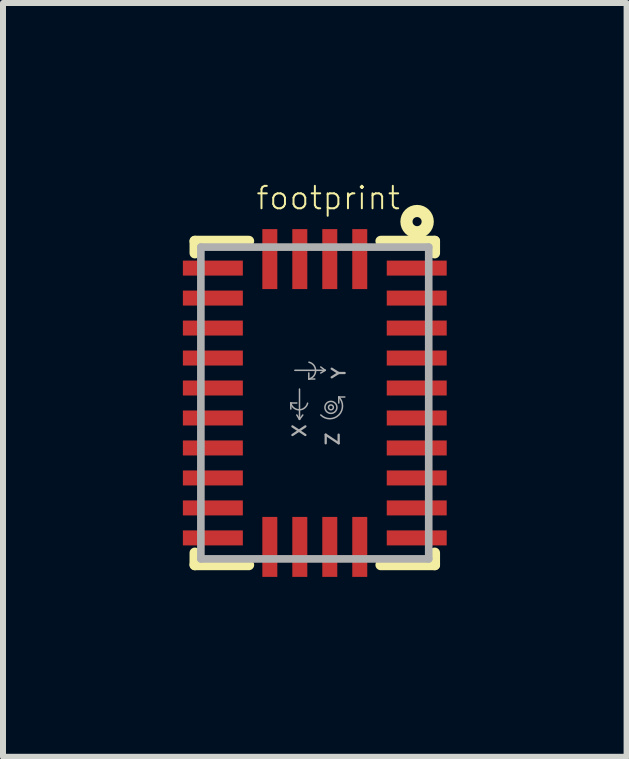
<source format=kicad_pcb>
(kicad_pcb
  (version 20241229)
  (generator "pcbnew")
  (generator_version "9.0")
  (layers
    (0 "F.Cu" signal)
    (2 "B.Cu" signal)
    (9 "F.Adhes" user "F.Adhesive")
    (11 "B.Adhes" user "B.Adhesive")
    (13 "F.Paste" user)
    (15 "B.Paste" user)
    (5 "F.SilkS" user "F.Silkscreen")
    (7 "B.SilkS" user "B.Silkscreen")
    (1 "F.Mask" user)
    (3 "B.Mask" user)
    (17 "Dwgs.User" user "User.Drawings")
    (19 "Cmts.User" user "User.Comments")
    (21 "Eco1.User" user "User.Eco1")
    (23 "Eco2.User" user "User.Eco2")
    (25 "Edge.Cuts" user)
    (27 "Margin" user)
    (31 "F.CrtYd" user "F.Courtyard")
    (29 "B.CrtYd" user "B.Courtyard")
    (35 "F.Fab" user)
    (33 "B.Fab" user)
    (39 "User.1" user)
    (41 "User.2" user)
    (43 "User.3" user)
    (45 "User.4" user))
  (footprint "footprint"
    (layer "F.Cu")
    (at 2.2 3.671)
    (property "Reference" "footprint" (at -1 -3.2 0) (layer "F.SilkS") (effects (font (size 0.374 0.374) (thickness 0.033)) (justify left bottom)))
    (fp_line (start -2 -2.5) (end -2 -2.7) (stroke (width 0.178) (type solid)) (layer "F.SilkS"))
    (fp_line (start -2 2.5) (end -2 2.7) (stroke (width 0.178) (type solid)) (layer "F.SilkS"))
    (fp_line (start -1.1 -2.7) (end -2 -2.7) (stroke (width 0.178) (type solid)) (layer "F.SilkS"))
    (fp_line (start -1.1 2.7) (end -2 2.7) (stroke (width 0.178) (type solid)) (layer "F.SilkS"))
    (fp_line (start 1.1 -2.7) (end 2 -2.7) (stroke (width 0.178) (type solid)) (layer "F.SilkS"))
    (fp_line (start 1.1 2.7) (end 2 2.7) (stroke (width 0.178) (type solid)) (layer "F.SilkS"))
    (fp_line (start 2 -2.5) (end 2 -2.7) (stroke (width 0.178) (type solid)) (layer "F.SilkS"))
    (fp_line (start 2 2.5) (end 2 2.7) (stroke (width 0.178) (type solid)) (layer "F.SilkS"))
    (fp_circle (center 1.706 -3.025) (end 1.782 -3.025) (stroke (width 0.203) (type solid)) (fill no) (layer "F.SilkS"))
    (fp_poly (pts (xy -1.9 -2.125) (xy -1.2 -2.125) (xy -1.2 -2.375) (xy -1.9 -2.375)) (stroke (width 0) (type solid)) (fill yes) (layer "F.Paste"))
    (fp_poly (pts (xy -1.9 -1.625) (xy -1.2 -1.625) (xy -1.2 -1.875) (xy -1.9 -1.875)) (stroke (width 0) (type solid)) (fill yes) (layer "F.Paste"))
    (fp_poly (pts (xy -1.9 -1.125) (xy -1.2 -1.125) (xy -1.2 -1.375) (xy -1.9 -1.375)) (stroke (width 0) (type solid)) (fill yes) (layer "F.Paste"))
    (fp_poly (pts (xy -1.9 -0.625) (xy -1.2 -0.625) (xy -1.2 -0.875) (xy -1.9 -0.875)) (stroke (width 0) (type solid)) (fill yes) (layer "F.Paste"))
    (fp_poly (pts (xy -1.9 -0.125) (xy -1.2 -0.125) (xy -1.2 -0.375) (xy -1.9 -0.375)) (stroke (width 0) (type solid)) (fill yes) (layer "F.Paste"))
    (fp_poly (pts (xy -1.9 0.375) (xy -1.2 0.375) (xy -1.2 0.125) (xy -1.9 0.125)) (stroke (width 0) (type solid)) (fill yes) (layer "F.Paste"))
    (fp_poly (pts (xy -1.9 0.875) (xy -1.2 0.875) (xy -1.2 0.625) (xy -1.9 0.625)) (stroke (width 0) (type solid)) (fill yes) (layer "F.Paste"))
    (fp_poly (pts (xy -1.9 1.375) (xy -1.2 1.375) (xy -1.2 1.125) (xy -1.9 1.125)) (stroke (width 0) (type solid)) (fill yes) (layer "F.Paste"))
    (fp_poly (pts (xy -1.9 1.875) (xy -1.2 1.875) (xy -1.2 1.625) (xy -1.9 1.625)) (stroke (width 0) (type solid)) (fill yes) (layer "F.Paste"))
    (fp_poly (pts (xy -1.9 2.375) (xy -1.2 2.375) (xy -1.2 2.125) (xy -1.9 2.125)) (stroke (width 0) (type solid)) (fill yes) (layer "F.Paste"))
    (fp_poly (pts (xy -0.875 -2.6) (xy -0.875 -1.9) (xy -0.625 -1.9) (xy -0.625 -2.6)) (stroke (width 0) (type solid)) (fill yes) (layer "F.Paste"))
    (fp_poly (pts (xy -0.625 2.6) (xy -0.625 1.9) (xy -0.875 1.9) (xy -0.875 2.6)) (stroke (width 0) (type solid)) (fill yes) (layer "F.Paste"))
    (fp_poly (pts (xy -0.375 -2.6) (xy -0.375 -1.9) (xy -0.125 -1.9) (xy -0.125 -2.6)) (stroke (width 0) (type solid)) (fill yes) (layer "F.Paste"))
    (fp_poly (pts (xy -0.125 2.6) (xy -0.125 1.9) (xy -0.375 1.9) (xy -0.375 2.6)) (stroke (width 0) (type solid)) (fill yes) (layer "F.Paste"))
    (fp_poly (pts (xy 0.125 -2.6) (xy 0.125 -1.9) (xy 0.375 -1.9) (xy 0.375 -2.6)) (stroke (width 0) (type solid)) (fill yes) (layer "F.Paste"))
    (fp_poly (pts (xy 0.375 2.6) (xy 0.375 1.9) (xy 0.125 1.9) (xy 0.125 2.6)) (stroke (width 0) (type solid)) (fill yes) (layer "F.Paste"))
    (fp_poly (pts (xy 0.625 -2.6) (xy 0.625 -1.9) (xy 0.875 -1.9) (xy 0.875 -2.6)) (stroke (width 0) (type solid)) (fill yes) (layer "F.Paste"))
    (fp_poly (pts (xy 0.875 2.6) (xy 0.875 1.9) (xy 0.625 1.9) (xy 0.625 2.6)) (stroke (width 0) (type solid)) (fill yes) (layer "F.Paste"))
    (fp_poly (pts (xy 1.9 -2.375) (xy 1.2 -2.375) (xy 1.2 -2.125) (xy 1.9 -2.125)) (stroke (width 0) (type solid)) (fill yes) (layer "F.Paste"))
    (fp_poly (pts (xy 1.9 -1.875) (xy 1.2 -1.875) (xy 1.2 -1.625) (xy 1.9 -1.625)) (stroke (width 0) (type solid)) (fill yes) (layer "F.Paste"))
    (fp_poly (pts (xy 1.9 -1.375) (xy 1.2 -1.375) (xy 1.2 -1.125) (xy 1.9 -1.125)) (stroke (width 0) (type solid)) (fill yes) (layer "F.Paste"))
    (fp_poly (pts (xy 1.9 -0.875) (xy 1.2 -0.875) (xy 1.2 -0.625) (xy 1.9 -0.625)) (stroke (width 0) (type solid)) (fill yes) (layer "F.Paste"))
    (fp_poly (pts (xy 1.9 -0.375) (xy 1.2 -0.375) (xy 1.2 -0.125) (xy 1.9 -0.125)) (stroke (width 0) (type solid)) (fill yes) (layer "F.Paste"))
    (fp_poly (pts (xy 1.9 0.125) (xy 1.2 0.125) (xy 1.2 0.375) (xy 1.9 0.375)) (stroke (width 0) (type solid)) (fill yes) (layer "F.Paste"))
    (fp_poly (pts (xy 1.9 0.625) (xy 1.2 0.625) (xy 1.2 0.875) (xy 1.9 0.875)) (stroke (width 0) (type solid)) (fill yes) (layer "F.Paste"))
    (fp_poly (pts (xy 1.9 1.125) (xy 1.2 1.125) (xy 1.2 1.375) (xy 1.9 1.375)) (stroke (width 0) (type solid)) (fill yes) (layer "F.Paste"))
    (fp_poly (pts (xy 1.9 1.625) (xy 1.2 1.625) (xy 1.2 1.875) (xy 1.9 1.875)) (stroke (width 0) (type solid)) (fill yes) (layer "F.Paste"))
    (fp_poly (pts (xy 1.9 2.125) (xy 1.2 2.125) (xy 1.2 2.375) (xy 1.9 2.375)) (stroke (width 0) (type solid)) (fill yes) (layer "F.Paste"))
    (fp_line (start -1.9 -2.6) (end 1.9 -2.6) (stroke (width 0.127) (type solid)) (layer "F.Fab"))
    (fp_line (start -1.9 2.6) (end -1.9 -2.6) (stroke (width 0.127) (type solid)) (layer "F.Fab"))
    (fp_line (start -0.4 0) (end -0.3 0) (stroke (width 0.025) (type solid)) (layer "F.Fab"))
    (fp_line (start -0.4 0.1) (end -0.4 0) (stroke (width 0.025) (type solid)) (layer "F.Fab"))
    (fp_line (start -0.255 0.273) (end -0.3 0.2) (stroke (width 0.025) (type solid)) (layer "F.Fab"))
    (fp_line (start -0.255 0.273) (end -0.255 -0.232) (stroke (width 0.025) (type solid)) (layer "F.Fab"))
    (fp_line (start -0.255 0.273) (end -0.2 0.2) (stroke (width 0.025) (type solid)) (layer "F.Fab"))
    (fp_line (start -0.1 -0.4) (end -0.1 -0.5) (stroke (width 0.025) (type solid)) (layer "F.Fab"))
    (fp_line (start 0 -0.4) (end -0.1 -0.4) (stroke (width 0.025) (type solid)) (layer "F.Fab"))
    (fp_line (start 0.173 -0.545) (end -0.332 -0.545) (stroke (width 0.025) (type solid)) (layer "F.Fab"))
    (fp_line (start 0.173 -0.545) (end 0.1 -0.6) (stroke (width 0.025) (type solid)) (layer "F.Fab"))
    (fp_line (start 0.173 -0.545) (end 0.1 -0.5) (stroke (width 0.025) (type solid)) (layer "F.Fab"))
    (fp_line (start 0.4 -0.1) (end 0.4 0) (stroke (width 0.025) (type solid)) (layer "F.Fab"))
    (fp_line (start 0.5 -0.1) (end 0.4 -0.1) (stroke (width 0.025) (type solid)) (layer "F.Fab"))
    (fp_line (start 1.9 -2.6) (end 1.9 2.6) (stroke (width 0.127) (type solid)) (layer "F.Fab"))
    (fp_line (start 1.9 2.6) (end -1.9 2.6) (stroke (width 0.127) (type solid)) (layer "F.Fab"))
    (fp_arc (start -0.12 0.003) (mid -0.2612 0.1135) (end -0.399999 0) (stroke (width 0.0254) (type solid)) (layer "F.Fab"))
    (fp_arc (start -0.097 -0.68) (mid 0.0135 -0.5388) (end -0.1 -0.399999) (stroke (width 0.0254) (type solid)) (layer "F.Fab"))
    (fp_arc (start 0.4 -0.100002) (mid 0.400001 0.199999) (end 0.1 0.2) (stroke (width 0.0254) (type solid)) (layer "F.Fab"))
    (fp_circle (center 0.269 0.073) (end 0.31 0.073) (stroke (width 0.025) (type solid)) (fill no) (layer "F.Fab"))
    (fp_circle (center 0.269 0.073) (end 0.369 0.073) (stroke (width 0.025) (type solid)) (fill no) (layer "F.Fab"))
    (fp_text user "Z" (at 0.3 0.6 90) (layer "F.Fab") (effects (font (size 0.216 0.216) (thickness 0.038))))
    (fp_text user "X" (at -0.255 0.462 90) (layer "F.Fab") (effects (font (size 0.216 0.216) (thickness 0.038))))
    (fp_text user "Y" (at 0.4 -0.5 90) (layer "F.Fab") (effects (font (size 0.216 0.216) (thickness 0.038))))
    (pad "1" smd rect (at 1.7 -2.25 90) (size 0.25 1) (layers "F.Cu" "F.Mask"))
    (pad "2" smd rect (at 0.75 -2.4 180) (size 0.25 1) (layers "F.Cu" "F.Mask"))
    (pad "3" smd rect (at 0.25 -2.4 180) (size 0.25 1) (layers "F.Cu" "F.Mask"))
    (pad "4" smd rect (at -0.25 -2.4 180) (size 0.25 1) (layers "F.Cu" "F.Mask"))
    (pad "5" smd rect (at -0.75 -2.4 180) (size 0.25 1) (layers "F.Cu" "F.Mask"))
    (pad "6" smd rect (at -1.7 -2.25 270) (size 0.25 1) (layers "F.Cu" "F.Mask"))
    (pad "7" smd rect (at -1.7 -1.75 270) (size 0.25 1) (layers "F.Cu" "F.Mask"))
    (pad "8" smd rect (at -1.7 -1.25 270) (size 0.25 1) (layers "F.Cu" "F.Mask"))
    (pad "9" smd rect (at -1.7 -0.75 270) (size 0.25 1) (layers "F.Cu" "F.Mask"))
    (pad "10" smd rect (at -1.7 -0.25 270) (size 0.25 1) (layers "F.Cu" "F.Mask"))
    (pad "11" smd rect (at -1.7 0.25 270) (size 0.25 1) (layers "F.Cu" "F.Mask"))
    (pad "12" smd rect (at -1.7 0.75 270) (size 0.25 1) (layers "F.Cu" "F.Mask"))
    (pad "13" smd rect (at -1.7 1.25 270) (size 0.25 1) (layers "F.Cu" "F.Mask"))
    (pad "14" smd rect (at -1.7 1.75 270) (size 0.25 1) (layers "F.Cu" "F.Mask"))
    (pad "15" smd rect (at -1.7 2.25 270) (size 0.25 1) (layers "F.Cu" "F.Mask"))
    (pad "16" smd rect (at -0.75 2.4 180) (size 0.25 1) (layers "F.Cu" "F.Mask"))
    (pad "17" smd rect (at -0.25 2.4 180) (size 0.25 1) (layers "F.Cu" "F.Mask"))
    (pad "18" smd rect (at 0.25 2.4 180) (size 0.25 1) (layers "F.Cu" "F.Mask"))
    (pad "19" smd rect (at 0.75 2.4 180) (size 0.25 1) (layers "F.Cu" "F.Mask"))
    (pad "20" smd rect (at 1.7 2.25 90) (size 0.25 1) (layers "F.Cu" "F.Mask"))
    (pad "21" smd rect (at 1.7 1.75 90) (size 0.25 1) (layers "F.Cu" "F.Mask"))
    (pad "22" smd rect (at 1.7 1.25 90) (size 0.25 1) (layers "F.Cu" "F.Mask"))
    (pad "23" smd rect (at 1.7 0.75 90) (size 0.25 1) (layers "F.Cu" "F.Mask"))
    (pad "24" smd rect (at 1.7 0.25 90) (size 0.25 1) (layers "F.Cu" "F.Mask"))
    (pad "25" smd rect (at 1.7 -0.25 90) (size 0.25 1) (layers "F.Cu" "F.Mask"))
    (pad "26" smd rect (at 1.7 -0.75 90) (size 0.25 1) (layers "F.Cu" "F.Mask"))
    (pad "27" smd rect (at 1.7 -1.25 90) (size 0.25 1) (layers "F.Cu" "F.Mask"))
    (pad "28" smd rect (at 1.7 -1.75 90) (size 0.25 1) (layers "F.Cu" "F.Mask")))
  (gr_rect
    (start -3 -3)
    (end 7.4 9.571)
    (stroke (width 0.1) (type default))
    (fill no)
    (layer "Edge.Cuts")))
</source>
